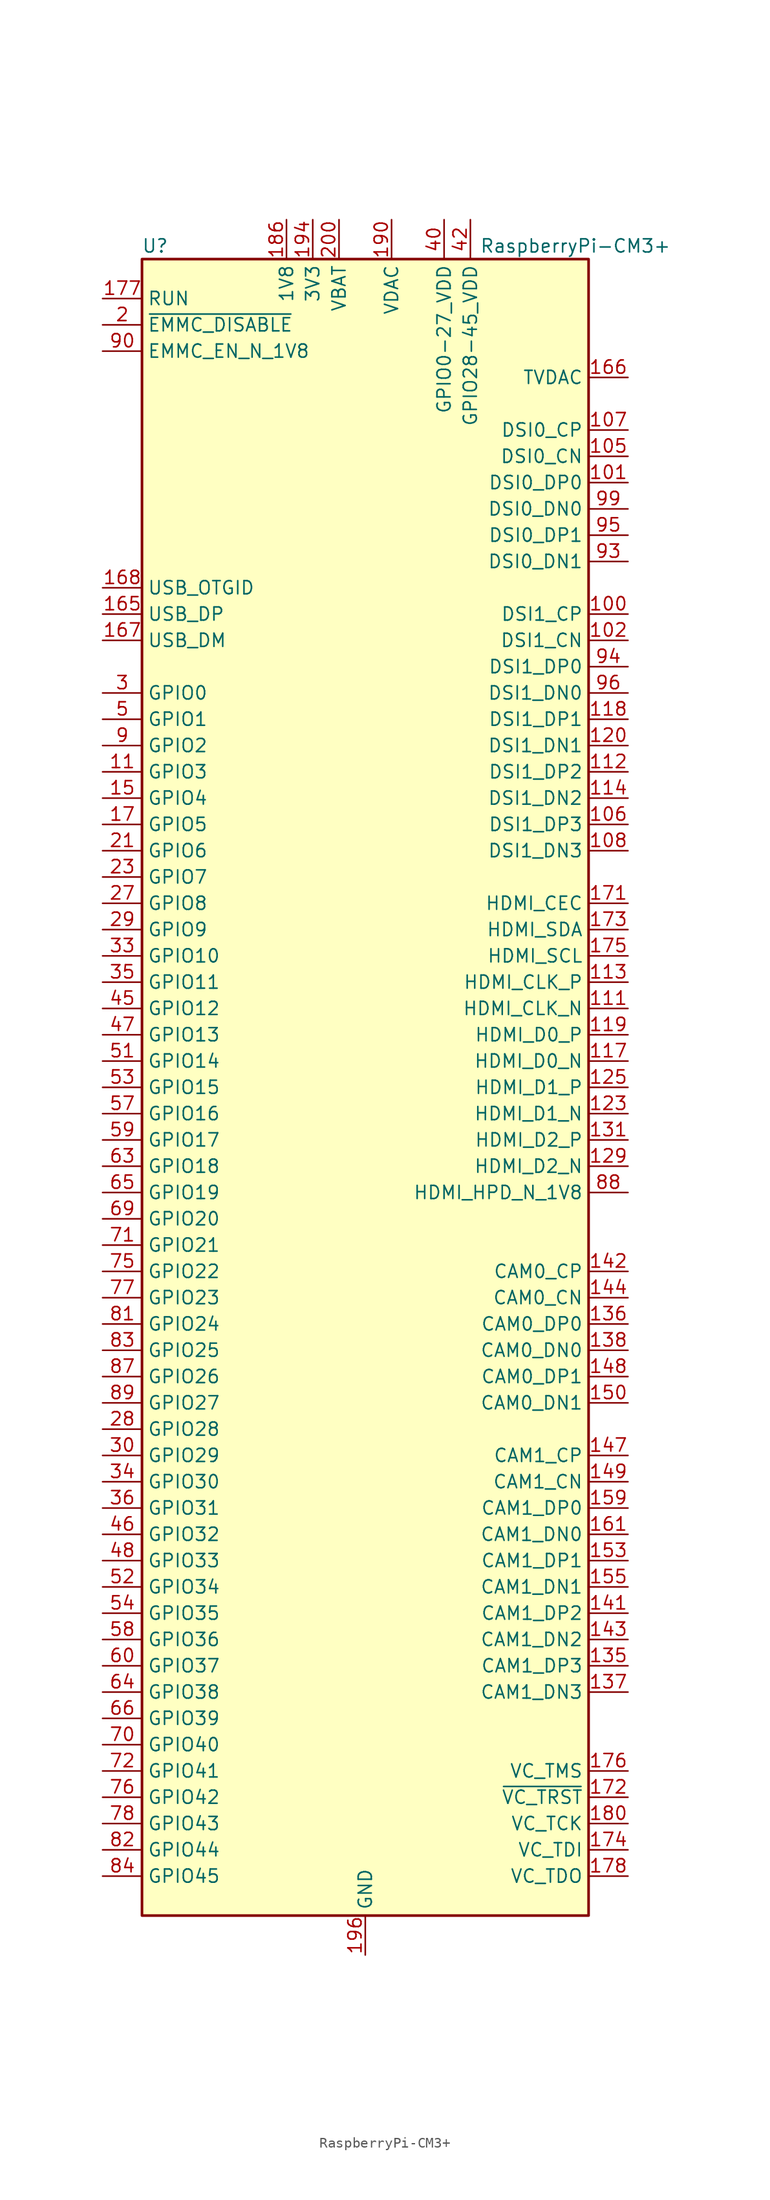
<source format=kicad_sym>
(kicad_symbol_lib
  (version 20211014)
  (generator kicad_symbol_editor)
  (symbol "RaspberryPi-CM3+"
    (property "Reference" "U"
      (at -20.32 81.28 0)
      (effects (font (size 1.27 1.27))))
    (property "Value" "RaspberryPi-CM3+"
      (at 20.32 81.28 0)
      (effects (font (size 1.27 1.27))))
    (symbol "RaspberryPi-CM3+_0_1"
      (rectangle (start -21.59 80.01) (end 21.59 -80.01) (stroke (width 0.254) (type default) (color 0 0 0 0)) (fill (type background))))
    (symbol "RaspberryPi-CM3+_1_1"
      (pin passive line (at 0 -83.82 90) (length 3.81) hide (name "GND" (effects (font (size 1.27 1.27)))) (number "1" (effects (font (size 1.27 1.27)))))
      (pin no_connect line (at -20.32 66.04 0) (length 2.54) hide (name "NC" (effects (font (size 1.27 1.27)))) (number "10" (effects (font (size 1.27 1.27)))))
      (pin output line (at 25.4 45.72 180) (length 3.81) (name "DSI1_CP" (effects (font (size 1.27 1.27)))) (number "100" (effects (font (size 1.27 1.27)))))
      (pin output line (at 25.4 58.42 180) (length 3.81) (name "DSI0_DP0" (effects (font (size 1.27 1.27)))) (number "101" (effects (font (size 1.27 1.27)))))
      (pin output line (at 25.4 43.18 180) (length 3.81) (name "DSI1_CN" (effects (font (size 1.27 1.27)))) (number "102" (effects (font (size 1.27 1.27)))))
      (pin passive line (at 0 -83.82 90) (length 3.81) hide (name "GND" (effects (font (size 1.27 1.27)))) (number "103" (effects (font (size 1.27 1.27)))))
      (pin passive line (at 0 -83.82 90) (length 3.81) hide (name "GND" (effects (font (size 1.27 1.27)))) (number "104" (effects (font (size 1.27 1.27)))))
      (pin output line (at 25.4 60.96 180) (length 3.81) (name "DSI0_CN" (effects (font (size 1.27 1.27)))) (number "105" (effects (font (size 1.27 1.27)))))
      (pin output line (at 25.4 25.4 180) (length 3.81) (name "DSI1_DP3" (effects (font (size 1.27 1.27)))) (number "106" (effects (font (size 1.27 1.27)))))
      (pin output line (at 25.4 63.5 180) (length 3.81) (name "DSI0_CP" (effects (font (size 1.27 1.27)))) (number "107" (effects (font (size 1.27 1.27)))))
      (pin output line (at 25.4 22.86 180) (length 3.81) (name "DSI1_DN3" (effects (font (size 1.27 1.27)))) (number "108" (effects (font (size 1.27 1.27)))))
      (pin passive line (at 0 -83.82 90) (length 3.81) hide (name "GND" (effects (font (size 1.27 1.27)))) (number "109" (effects (font (size 1.27 1.27)))))
      (pin bidirectional line (at -25.4 30.48 0) (length 3.81) (name "GPIO3" (effects (font (size 1.27 1.27)))) (number "11" (effects (font (size 1.27 1.27)))))
      (pin passive line (at 0 -83.82 90) (length 3.81) hide (name "GND" (effects (font (size 1.27 1.27)))) (number "110" (effects (font (size 1.27 1.27)))))
      (pin output line (at 25.4 7.62 180) (length 3.81) (name "HDMI_CLK_N" (effects (font (size 1.27 1.27)))) (number "111" (effects (font (size 1.27 1.27)))))
      (pin output line (at 25.4 30.48 180) (length 3.81) (name "DSI1_DP2" (effects (font (size 1.27 1.27)))) (number "112" (effects (font (size 1.27 1.27)))))
      (pin output line (at 25.4 10.16 180) (length 3.81) (name "HDMI_CLK_P" (effects (font (size 1.27 1.27)))) (number "113" (effects (font (size 1.27 1.27)))))
      (pin output line (at 25.4 27.94 180) (length 3.81) (name "DSI1_DN2" (effects (font (size 1.27 1.27)))) (number "114" (effects (font (size 1.27 1.27)))))
      (pin passive line (at 0 -83.82 90) (length 3.81) hide (name "GND" (effects (font (size 1.27 1.27)))) (number "115" (effects (font (size 1.27 1.27)))))
      (pin passive line (at 0 -83.82 90) (length 3.81) hide (name "GND" (effects (font (size 1.27 1.27)))) (number "116" (effects (font (size 1.27 1.27)))))
      (pin output line (at 25.4 2.54 180) (length 3.81) (name "HDMI_D0_N" (effects (font (size 1.27 1.27)))) (number "117" (effects (font (size 1.27 1.27)))))
      (pin output line (at 25.4 35.56 180) (length 3.81) (name "DSI1_DP1" (effects (font (size 1.27 1.27)))) (number "118" (effects (font (size 1.27 1.27)))))
      (pin output line (at 25.4 5.08 180) (length 3.81) (name "HDMI_D0_P" (effects (font (size 1.27 1.27)))) (number "119" (effects (font (size 1.27 1.27)))))
      (pin no_connect line (at -20.32 63.5 0) (length 2.54) hide (name "NC" (effects (font (size 1.27 1.27)))) (number "12" (effects (font (size 1.27 1.27)))))
      (pin output line (at 25.4 33.02 180) (length 3.81) (name "DSI1_DN1" (effects (font (size 1.27 1.27)))) (number "120" (effects (font (size 1.27 1.27)))))
      (pin passive line (at 0 -83.82 90) (length 3.81) hide (name "GND" (effects (font (size 1.27 1.27)))) (number "121" (effects (font (size 1.27 1.27)))))
      (pin passive line (at 0 -83.82 90) (length 3.81) hide (name "GND" (effects (font (size 1.27 1.27)))) (number "122" (effects (font (size 1.27 1.27)))))
      (pin output line (at 25.4 -2.54 180) (length 3.81) (name "HDMI_D1_N" (effects (font (size 1.27 1.27)))) (number "123" (effects (font (size 1.27 1.27)))))
      (pin no_connect line (at 20.32 76.2 180) (length 2.54) hide (name "NC" (effects (font (size 1.27 1.27)))) (number "124" (effects (font (size 1.27 1.27)))))
      (pin output line (at 25.4 0 180) (length 3.81) (name "HDMI_D1_P" (effects (font (size 1.27 1.27)))) (number "125" (effects (font (size 1.27 1.27)))))
      (pin no_connect line (at 20.32 73.66 180) (length 2.54) hide (name "NC" (effects (font (size 1.27 1.27)))) (number "126" (effects (font (size 1.27 1.27)))))
      (pin passive line (at 0 -83.82 90) (length 3.81) hide (name "GND" (effects (font (size 1.27 1.27)))) (number "127" (effects (font (size 1.27 1.27)))))
      (pin no_connect line (at 20.32 71.12 180) (length 2.54) hide (name "NC" (effects (font (size 1.27 1.27)))) (number "128" (effects (font (size 1.27 1.27)))))
      (pin output line (at 25.4 -7.62 180) (length 3.81) (name "HDMI_D2_N" (effects (font (size 1.27 1.27)))) (number "129" (effects (font (size 1.27 1.27)))))
      (pin passive line (at 0 -83.82 90) (length 3.81) hide (name "GND" (effects (font (size 1.27 1.27)))) (number "13" (effects (font (size 1.27 1.27)))))
      (pin no_connect line (at 20.32 66.04 180) (length 2.54) hide (name "NC" (effects (font (size 1.27 1.27)))) (number "130" (effects (font (size 1.27 1.27)))))
      (pin output line (at 25.4 -5.08 180) (length 3.81) (name "HDMI_D2_P" (effects (font (size 1.27 1.27)))) (number "131" (effects (font (size 1.27 1.27)))))
      (pin no_connect line (at 20.32 48.26 180) (length 2.54) hide (name "NC" (effects (font (size 1.27 1.27)))) (number "132" (effects (font (size 1.27 1.27)))))
      (pin passive line (at 0 -83.82 90) (length 3.81) hide (name "GND" (effects (font (size 1.27 1.27)))) (number "133" (effects (font (size 1.27 1.27)))))
      (pin passive line (at 0 -83.82 90) (length 3.81) hide (name "GND" (effects (font (size 1.27 1.27)))) (number "134" (effects (font (size 1.27 1.27)))))
      (pin input line (at 25.4 -55.88 180) (length 3.81) (name "CAM1_DP3" (effects (font (size 1.27 1.27)))) (number "135" (effects (font (size 1.27 1.27)))))
      (pin input line (at 25.4 -22.86 180) (length 3.81) (name "CAM0_DP0" (effects (font (size 1.27 1.27)))) (number "136" (effects (font (size 1.27 1.27)))))
      (pin input line (at 25.4 -58.42 180) (length 3.81) (name "CAM1_DN3" (effects (font (size 1.27 1.27)))) (number "137" (effects (font (size 1.27 1.27)))))
      (pin input line (at 25.4 -25.4 180) (length 3.81) (name "CAM0_DN0" (effects (font (size 1.27 1.27)))) (number "138" (effects (font (size 1.27 1.27)))))
      (pin passive line (at 0 -83.82 90) (length 3.81) hide (name "GND" (effects (font (size 1.27 1.27)))) (number "139" (effects (font (size 1.27 1.27)))))
      (pin passive line (at 0 -83.82 90) (length 3.81) hide (name "GND" (effects (font (size 1.27 1.27)))) (number "14" (effects (font (size 1.27 1.27)))))
      (pin passive line (at 0 -83.82 90) (length 3.81) hide (name "GND" (effects (font (size 1.27 1.27)))) (number "140" (effects (font (size 1.27 1.27)))))
      (pin input line (at 25.4 -50.8 180) (length 3.81) (name "CAM1_DP2" (effects (font (size 1.27 1.27)))) (number "141" (effects (font (size 1.27 1.27)))))
      (pin input line (at 25.4 -17.78 180) (length 3.81) (name "CAM0_CP" (effects (font (size 1.27 1.27)))) (number "142" (effects (font (size 1.27 1.27)))))
      (pin input line (at 25.4 -53.34 180) (length 3.81) (name "CAM1_DN2" (effects (font (size 1.27 1.27)))) (number "143" (effects (font (size 1.27 1.27)))))
      (pin input line (at 25.4 -20.32 180) (length 3.81) (name "CAM0_CN" (effects (font (size 1.27 1.27)))) (number "144" (effects (font (size 1.27 1.27)))))
      (pin passive line (at 0 -83.82 90) (length 3.81) hide (name "GND" (effects (font (size 1.27 1.27)))) (number "145" (effects (font (size 1.27 1.27)))))
      (pin passive line (at 0 -83.82 90) (length 3.81) hide (name "GND" (effects (font (size 1.27 1.27)))) (number "146" (effects (font (size 1.27 1.27)))))
      (pin input line (at 25.4 -35.56 180) (length 3.81) (name "CAM1_CP" (effects (font (size 1.27 1.27)))) (number "147" (effects (font (size 1.27 1.27)))))
      (pin input line (at 25.4 -27.94 180) (length 3.81) (name "CAM0_DP1" (effects (font (size 1.27 1.27)))) (number "148" (effects (font (size 1.27 1.27)))))
      (pin input line (at 25.4 -38.1 180) (length 3.81) (name "CAM1_CN" (effects (font (size 1.27 1.27)))) (number "149" (effects (font (size 1.27 1.27)))))
      (pin bidirectional line (at -25.4 27.94 0) (length 3.81) (name "GPIO4" (effects (font (size 1.27 1.27)))) (number "15" (effects (font (size 1.27 1.27)))))
      (pin input line (at 25.4 -30.48 180) (length 3.81) (name "CAM0_DN1" (effects (font (size 1.27 1.27)))) (number "150" (effects (font (size 1.27 1.27)))))
      (pin passive line (at 0 -83.82 90) (length 3.81) hide (name "GND" (effects (font (size 1.27 1.27)))) (number "151" (effects (font (size 1.27 1.27)))))
      (pin passive line (at 0 -83.82 90) (length 3.81) hide (name "GND" (effects (font (size 1.27 1.27)))) (number "152" (effects (font (size 1.27 1.27)))))
      (pin input line (at 25.4 -45.72 180) (length 3.81) (name "CAM1_DP1" (effects (font (size 1.27 1.27)))) (number "153" (effects (font (size 1.27 1.27)))))
      (pin no_connect line (at 20.32 -15.24 180) (length 2.54) hide (name "NC" (effects (font (size 1.27 1.27)))) (number "154" (effects (font (size 1.27 1.27)))))
      (pin input line (at 25.4 -48.26 180) (length 3.81) (name "CAM1_DN1" (effects (font (size 1.27 1.27)))) (number "155" (effects (font (size 1.27 1.27)))))
      (pin no_connect line (at 20.32 -12.7 180) (length 2.54) hide (name "NC" (effects (font (size 1.27 1.27)))) (number "156" (effects (font (size 1.27 1.27)))))
      (pin passive line (at 0 -83.82 90) (length 3.81) hide (name "GND" (effects (font (size 1.27 1.27)))) (number "157" (effects (font (size 1.27 1.27)))))
      (pin no_connect line (at 20.32 20.32 180) (length 2.54) hide (name "NC" (effects (font (size 1.27 1.27)))) (number "158" (effects (font (size 1.27 1.27)))))
      (pin input line (at 25.4 -40.64 180) (length 3.81) (name "CAM1_DP0" (effects (font (size 1.27 1.27)))) (number "159" (effects (font (size 1.27 1.27)))))
      (pin no_connect line (at -20.32 60.96 0) (length 2.54) hide (name "NC" (effects (font (size 1.27 1.27)))) (number "16" (effects (font (size 1.27 1.27)))))
      (pin no_connect line (at 20.32 -60.96 180) (length 2.54) hide (name "NC" (effects (font (size 1.27 1.27)))) (number "160" (effects (font (size 1.27 1.27)))))
      (pin input line (at 25.4 -43.18 180) (length 3.81) (name "CAM1_DN0" (effects (font (size 1.27 1.27)))) (number "161" (effects (font (size 1.27 1.27)))))
      (pin no_connect line (at 20.32 -63.5 180) (length 2.54) hide (name "NC" (effects (font (size 1.27 1.27)))) (number "162" (effects (font (size 1.27 1.27)))))
      (pin passive line (at 0 -83.82 90) (length 3.81) hide (name "GND" (effects (font (size 1.27 1.27)))) (number "163" (effects (font (size 1.27 1.27)))))
      (pin passive line (at 0 -83.82 90) (length 3.81) hide (name "GND" (effects (font (size 1.27 1.27)))) (number "164" (effects (font (size 1.27 1.27)))))
      (pin bidirectional line (at -25.4 45.72 0) (length 3.81) (name "USB_DP" (effects (font (size 1.27 1.27)))) (number "165" (effects (font (size 1.27 1.27)))))
      (pin output line (at 25.4 68.58 180) (length 3.81) (name "TVDAC" (effects (font (size 1.27 1.27)))) (number "166" (effects (font (size 1.27 1.27)))))
      (pin bidirectional line (at -25.4 43.18 0) (length 3.81) (name "USB_DM" (effects (font (size 1.27 1.27)))) (number "167" (effects (font (size 1.27 1.27)))))
      (pin passive line (at -25.4 48.26 0) (length 3.81) (name "USB_OTGID" (effects (font (size 1.27 1.27)))) (number "168" (effects (font (size 1.27 1.27)))))
      (pin passive line (at 0 -83.82 90) (length 3.81) hide (name "GND" (effects (font (size 1.27 1.27)))) (number "169" (effects (font (size 1.27 1.27)))))
      (pin bidirectional line (at -25.4 25.4 0) (length 3.81) (name "GPIO5" (effects (font (size 1.27 1.27)))) (number "17" (effects (font (size 1.27 1.27)))))
      (pin passive line (at 0 -83.82 90) (length 3.81) hide (name "GND" (effects (font (size 1.27 1.27)))) (number "170" (effects (font (size 1.27 1.27)))))
      (pin bidirectional line (at 25.4 17.78 180) (length 3.81) (name "HDMI_CEC" (effects (font (size 1.27 1.27)))) (number "171" (effects (font (size 1.27 1.27)))))
      (pin input line (at 25.4 -68.58 180) (length 3.81) (name "~{VC_TRST}" (effects (font (size 1.27 1.27)))) (number "172" (effects (font (size 1.27 1.27)))))
      (pin bidirectional line (at 25.4 15.24 180) (length 3.81) (name "HDMI_SDA" (effects (font (size 1.27 1.27)))) (number "173" (effects (font (size 1.27 1.27)))))
      (pin input line (at 25.4 -73.66 180) (length 3.81) (name "VC_TDI" (effects (font (size 1.27 1.27)))) (number "174" (effects (font (size 1.27 1.27)))))
      (pin bidirectional line (at 25.4 12.7 180) (length 3.81) (name "HDMI_SCL" (effects (font (size 1.27 1.27)))) (number "175" (effects (font (size 1.27 1.27)))))
      (pin input line (at 25.4 -66.04 180) (length 3.81) (name "VC_TMS" (effects (font (size 1.27 1.27)))) (number "176" (effects (font (size 1.27 1.27)))))
      (pin input line (at -25.4 76.2 0) (length 3.81) (name "RUN" (effects (font (size 1.27 1.27)))) (number "177" (effects (font (size 1.27 1.27)))))
      (pin output line (at 25.4 -76.2 180) (length 3.81) (name "VC_TDO" (effects (font (size 1.27 1.27)))) (number "178" (effects (font (size 1.27 1.27)))))
      (pin no_connect line (at 0 78.74 270) (length 2.54) hide (name "VDD_CORE_(DO_NOT_CONNECT)" (effects (font (size 1.27 1.27)))) (number "179" (effects (font (size 1.27 1.27)))))
      (pin no_connect line (at -20.32 58.42 0) (length 2.54) hide (name "NC" (effects (font (size 1.27 1.27)))) (number "18" (effects (font (size 1.27 1.27)))))
      (pin input line (at 25.4 -71.12 180) (length 3.81) (name "VC_TCK" (effects (font (size 1.27 1.27)))) (number "180" (effects (font (size 1.27 1.27)))))
      (pin passive line (at 0 -83.82 90) (length 3.81) hide (name "GND" (effects (font (size 1.27 1.27)))) (number "181" (effects (font (size 1.27 1.27)))))
      (pin passive line (at 0 -83.82 90) (length 3.81) hide (name "GND" (effects (font (size 1.27 1.27)))) (number "182" (effects (font (size 1.27 1.27)))))
      (pin passive line (at -7.62 83.82 270) (length 3.81) hide (name "1V8" (effects (font (size 1.27 1.27)))) (number "183" (effects (font (size 1.27 1.27)))))
      (pin passive line (at -7.62 83.82 270) (length 3.81) hide (name "1V8" (effects (font (size 1.27 1.27)))) (number "184" (effects (font (size 1.27 1.27)))))
      (pin passive line (at -7.62 83.82 270) (length 3.81) hide (name "1V8" (effects (font (size 1.27 1.27)))) (number "185" (effects (font (size 1.27 1.27)))))
      (pin power_in line (at -7.62 83.82 270) (length 3.81) (name "1V8" (effects (font (size 1.27 1.27)))) (number "186" (effects (font (size 1.27 1.27)))))
      (pin passive line (at 0 -83.82 90) (length 3.81) hide (name "GND" (effects (font (size 1.27 1.27)))) (number "187" (effects (font (size 1.27 1.27)))))
      (pin passive line (at 0 -83.82 90) (length 3.81) hide (name "GND" (effects (font (size 1.27 1.27)))) (number "188" (effects (font (size 1.27 1.27)))))
      (pin passive line (at 2.54 83.82 270) (length 3.81) hide (name "VDAC" (effects (font (size 1.27 1.27)))) (number "189" (effects (font (size 1.27 1.27)))))
      (pin passive line (at 0 -83.82 90) (length 3.81) hide (name "GND" (effects (font (size 1.27 1.27)))) (number "19" (effects (font (size 1.27 1.27)))))
      (pin power_in line (at 2.54 83.82 270) (length 3.81) (name "VDAC" (effects (font (size 1.27 1.27)))) (number "190" (effects (font (size 1.27 1.27)))))
      (pin passive line (at -5.08 83.82 270) (length 3.81) hide (name "3V3" (effects (font (size 1.27 1.27)))) (number "191" (effects (font (size 1.27 1.27)))))
      (pin passive line (at -5.08 83.82 270) (length 3.81) hide (name "3V3" (effects (font (size 1.27 1.27)))) (number "192" (effects (font (size 1.27 1.27)))))
      (pin passive line (at -5.08 83.82 270) (length 3.81) hide (name "3V3" (effects (font (size 1.27 1.27)))) (number "193" (effects (font (size 1.27 1.27)))))
      (pin power_in line (at -5.08 83.82 270) (length 3.81) (name "3V3" (effects (font (size 1.27 1.27)))) (number "194" (effects (font (size 1.27 1.27)))))
      (pin passive line (at 0 -83.82 90) (length 3.81) hide (name "GND" (effects (font (size 1.27 1.27)))) (number "195" (effects (font (size 1.27 1.27)))))
      (pin power_out line (at 0 -83.82 90) (length 3.81) (name "GND" (effects (font (size 1.27 1.27)))) (number "196" (effects (font (size 1.27 1.27)))))
      (pin passive line (at -2.54 83.82 270) (length 3.81) hide (name "VBAT" (effects (font (size 1.27 1.27)))) (number "197" (effects (font (size 1.27 1.27)))))
      (pin passive line (at -2.54 83.82 270) (length 3.81) hide (name "VBAT" (effects (font (size 1.27 1.27)))) (number "198" (effects (font (size 1.27 1.27)))))
      (pin passive line (at -2.54 83.82 270) (length 3.81) hide (name "VBAT" (effects (font (size 1.27 1.27)))) (number "199" (effects (font (size 1.27 1.27)))))
      (pin input line (at -25.4 73.66 0) (length 3.81) (name "~{EMMC_DISABLE}" (effects (font (size 1.27 1.27)))) (number "2" (effects (font (size 1.27 1.27)))))
      (pin passive line (at 0 -83.82 90) (length 3.81) hide (name "GND" (effects (font (size 1.27 1.27)))) (number "20" (effects (font (size 1.27 1.27)))))
      (pin power_in line (at -2.54 83.82 270) (length 3.81) (name "VBAT" (effects (font (size 1.27 1.27)))) (number "200" (effects (font (size 1.27 1.27)))))
      (pin bidirectional line (at -25.4 22.86 0) (length 3.81) (name "GPIO6" (effects (font (size 1.27 1.27)))) (number "21" (effects (font (size 1.27 1.27)))))
      (pin no_connect line (at -20.32 55.88 0) (length 2.54) hide (name "NC" (effects (font (size 1.27 1.27)))) (number "22" (effects (font (size 1.27 1.27)))))
      (pin bidirectional line (at -25.4 20.32 0) (length 3.81) (name "GPIO7" (effects (font (size 1.27 1.27)))) (number "23" (effects (font (size 1.27 1.27)))))
      (pin no_connect line (at -20.32 53.34 0) (length 2.54) hide (name "NC" (effects (font (size 1.27 1.27)))) (number "24" (effects (font (size 1.27 1.27)))))
      (pin passive line (at 0 -83.82 90) (length 3.81) hide (name "GND" (effects (font (size 1.27 1.27)))) (number "25" (effects (font (size 1.27 1.27)))))
      (pin passive line (at 0 -83.82 90) (length 3.81) hide (name "GND" (effects (font (size 1.27 1.27)))) (number "26" (effects (font (size 1.27 1.27)))))
      (pin bidirectional line (at -25.4 17.78 0) (length 3.81) (name "GPIO8" (effects (font (size 1.27 1.27)))) (number "27" (effects (font (size 1.27 1.27)))))
      (pin bidirectional line (at -25.4 -33.02 0) (length 3.81) (name "GPIO28" (effects (font (size 1.27 1.27)))) (number "28" (effects (font (size 1.27 1.27)))))
      (pin bidirectional line (at -25.4 15.24 0) (length 3.81) (name "GPIO9" (effects (font (size 1.27 1.27)))) (number "29" (effects (font (size 1.27 1.27)))))
      (pin bidirectional line (at -25.4 38.1 0) (length 3.81) (name "GPIO0" (effects (font (size 1.27 1.27)))) (number "3" (effects (font (size 1.27 1.27)))))
      (pin bidirectional line (at -25.4 -35.56 0) (length 3.81) (name "GPIO29" (effects (font (size 1.27 1.27)))) (number "30" (effects (font (size 1.27 1.27)))))
      (pin passive line (at 0 -83.82 90) (length 3.81) hide (name "GND" (effects (font (size 1.27 1.27)))) (number "31" (effects (font (size 1.27 1.27)))))
      (pin passive line (at 0 -83.82 90) (length 3.81) hide (name "GND" (effects (font (size 1.27 1.27)))) (number "32" (effects (font (size 1.27 1.27)))))
      (pin bidirectional line (at -25.4 12.7 0) (length 3.81) (name "GPIO10" (effects (font (size 1.27 1.27)))) (number "33" (effects (font (size 1.27 1.27)))))
      (pin bidirectional line (at -25.4 -38.1 0) (length 3.81) (name "GPIO30" (effects (font (size 1.27 1.27)))) (number "34" (effects (font (size 1.27 1.27)))))
      (pin bidirectional line (at -25.4 10.16 0) (length 3.81) (name "GPIO11" (effects (font (size 1.27 1.27)))) (number "35" (effects (font (size 1.27 1.27)))))
      (pin bidirectional line (at -25.4 -40.64 0) (length 3.81) (name "GPIO31" (effects (font (size 1.27 1.27)))) (number "36" (effects (font (size 1.27 1.27)))))
      (pin passive line (at 0 -83.82 90) (length 3.81) hide (name "GND" (effects (font (size 1.27 1.27)))) (number "37" (effects (font (size 1.27 1.27)))))
      (pin passive line (at 0 -83.82 90) (length 3.81) hide (name "GND" (effects (font (size 1.27 1.27)))) (number "38" (effects (font (size 1.27 1.27)))))
      (pin passive line (at 7.62 83.82 270) (length 3.81) hide (name "GPIO0-27_VDD" (effects (font (size 1.27 1.27)))) (number "39" (effects (font (size 1.27 1.27)))))
      (pin no_connect line (at 5.08 78.74 270) (length 2.54) hide (name "NC" (effects (font (size 1.27 1.27)))) (number "4" (effects (font (size 1.27 1.27)))))
      (pin power_in line (at 7.62 83.82 270) (length 3.81) (name "GPIO0-27_VDD" (effects (font (size 1.27 1.27)))) (number "40" (effects (font (size 1.27 1.27)))))
      (pin passive line (at 10.16 83.82 270) (length 3.81) hide (name "GPIO28-45_VDD" (effects (font (size 1.27 1.27)))) (number "41" (effects (font (size 1.27 1.27)))))
      (pin power_in line (at 10.16 83.82 270) (length 3.81) (name "GPIO28-45_VDD" (effects (font (size 1.27 1.27)))) (number "42" (effects (font (size 1.27 1.27)))))
      (pin passive line (at 0 -83.82 90) (length 3.81) hide (name "GND" (effects (font (size 1.27 1.27)))) (number "43" (effects (font (size 1.27 1.27)))))
      (pin passive line (at 0 -83.82 90) (length 3.81) hide (name "GND" (effects (font (size 1.27 1.27)))) (number "44" (effects (font (size 1.27 1.27)))))
      (pin bidirectional line (at -25.4 7.62 0) (length 3.81) (name "GPIO12" (effects (font (size 1.27 1.27)))) (number "45" (effects (font (size 1.27 1.27)))))
      (pin bidirectional line (at -25.4 -43.18 0) (length 3.81) (name "GPIO32" (effects (font (size 1.27 1.27)))) (number "46" (effects (font (size 1.27 1.27)))))
      (pin bidirectional line (at -25.4 5.08 0) (length 3.81) (name "GPIO13" (effects (font (size 1.27 1.27)))) (number "47" (effects (font (size 1.27 1.27)))))
      (pin bidirectional line (at -25.4 -45.72 0) (length 3.81) (name "GPIO33" (effects (font (size 1.27 1.27)))) (number "48" (effects (font (size 1.27 1.27)))))
      (pin passive line (at 0 -83.82 90) (length 3.81) hide (name "GND" (effects (font (size 1.27 1.27)))) (number "49" (effects (font (size 1.27 1.27)))))
      (pin bidirectional line (at -25.4 35.56 0) (length 3.81) (name "GPIO1" (effects (font (size 1.27 1.27)))) (number "5" (effects (font (size 1.27 1.27)))))
      (pin passive line (at 0 -83.82 90) (length 3.81) hide (name "GND" (effects (font (size 1.27 1.27)))) (number "50" (effects (font (size 1.27 1.27)))))
      (pin bidirectional line (at -25.4 2.54 0) (length 3.81) (name "GPIO14" (effects (font (size 1.27 1.27)))) (number "51" (effects (font (size 1.27 1.27)))))
      (pin bidirectional line (at -25.4 -48.26 0) (length 3.81) (name "GPIO34" (effects (font (size 1.27 1.27)))) (number "52" (effects (font (size 1.27 1.27)))))
      (pin bidirectional line (at -25.4 0 0) (length 3.81) (name "GPIO15" (effects (font (size 1.27 1.27)))) (number "53" (effects (font (size 1.27 1.27)))))
      (pin bidirectional line (at -25.4 -50.8 0) (length 3.81) (name "GPIO35" (effects (font (size 1.27 1.27)))) (number "54" (effects (font (size 1.27 1.27)))))
      (pin passive line (at 0 -83.82 90) (length 3.81) hide (name "GND" (effects (font (size 1.27 1.27)))) (number "55" (effects (font (size 1.27 1.27)))))
      (pin passive line (at 0 -83.82 90) (length 3.81) hide (name "GND" (effects (font (size 1.27 1.27)))) (number "56" (effects (font (size 1.27 1.27)))))
      (pin bidirectional line (at -25.4 -2.54 0) (length 3.81) (name "GPIO16" (effects (font (size 1.27 1.27)))) (number "57" (effects (font (size 1.27 1.27)))))
      (pin bidirectional line (at -25.4 -53.34 0) (length 3.81) (name "GPIO36" (effects (font (size 1.27 1.27)))) (number "58" (effects (font (size 1.27 1.27)))))
      (pin bidirectional line (at -25.4 -5.08 0) (length 3.81) (name "GPIO17" (effects (font (size 1.27 1.27)))) (number "59" (effects (font (size 1.27 1.27)))))
      (pin no_connect line (at 12.7 78.74 270) (length 2.54) hide (name "NC" (effects (font (size 1.27 1.27)))) (number "6" (effects (font (size 1.27 1.27)))))
      (pin bidirectional line (at -25.4 -55.88 0) (length 3.81) (name "GPIO37" (effects (font (size 1.27 1.27)))) (number "60" (effects (font (size 1.27 1.27)))))
      (pin passive line (at 0 -83.82 90) (length 3.81) hide (name "GND" (effects (font (size 1.27 1.27)))) (number "61" (effects (font (size 1.27 1.27)))))
      (pin passive line (at 0 -83.82 90) (length 3.81) hide (name "GND" (effects (font (size 1.27 1.27)))) (number "62" (effects (font (size 1.27 1.27)))))
      (pin bidirectional line (at -25.4 -7.62 0) (length 3.81) (name "GPIO18" (effects (font (size 1.27 1.27)))) (number "63" (effects (font (size 1.27 1.27)))))
      (pin bidirectional line (at -25.4 -58.42 0) (length 3.81) (name "GPIO38" (effects (font (size 1.27 1.27)))) (number "64" (effects (font (size 1.27 1.27)))))
      (pin bidirectional line (at -25.4 -10.16 0) (length 3.81) (name "GPIO19" (effects (font (size 1.27 1.27)))) (number "65" (effects (font (size 1.27 1.27)))))
      (pin bidirectional line (at -25.4 -60.96 0) (length 3.81) (name "GPIO39" (effects (font (size 1.27 1.27)))) (number "66" (effects (font (size 1.27 1.27)))))
      (pin passive line (at 0 -83.82 90) (length 3.81) hide (name "GND" (effects (font (size 1.27 1.27)))) (number "67" (effects (font (size 1.27 1.27)))))
      (pin passive line (at 0 -83.82 90) (length 3.81) hide (name "GND" (effects (font (size 1.27 1.27)))) (number "68" (effects (font (size 1.27 1.27)))))
      (pin bidirectional line (at -25.4 -12.7 0) (length 3.81) (name "GPIO20" (effects (font (size 1.27 1.27)))) (number "69" (effects (font (size 1.27 1.27)))))
      (pin passive line (at 0 -83.82 90) (length 3.81) hide (name "GND" (effects (font (size 1.27 1.27)))) (number "7" (effects (font (size 1.27 1.27)))))
      (pin bidirectional line (at -25.4 -63.5 0) (length 3.81) (name "GPIO40" (effects (font (size 1.27 1.27)))) (number "70" (effects (font (size 1.27 1.27)))))
      (pin bidirectional line (at -25.4 -15.24 0) (length 3.81) (name "GPIO21" (effects (font (size 1.27 1.27)))) (number "71" (effects (font (size 1.27 1.27)))))
      (pin bidirectional line (at -25.4 -66.04 0) (length 3.81) (name "GPIO41" (effects (font (size 1.27 1.27)))) (number "72" (effects (font (size 1.27 1.27)))))
      (pin passive line (at 0 -83.82 90) (length 3.81) hide (name "GND" (effects (font (size 1.27 1.27)))) (number "73" (effects (font (size 1.27 1.27)))))
      (pin passive line (at 0 -83.82 90) (length 3.81) hide (name "GND" (effects (font (size 1.27 1.27)))) (number "74" (effects (font (size 1.27 1.27)))))
      (pin bidirectional line (at -25.4 -17.78 0) (length 3.81) (name "GPIO22" (effects (font (size 1.27 1.27)))) (number "75" (effects (font (size 1.27 1.27)))))
      (pin bidirectional line (at -25.4 -68.58 0) (length 3.81) (name "GPIO42" (effects (font (size 1.27 1.27)))) (number "76" (effects (font (size 1.27 1.27)))))
      (pin bidirectional line (at -25.4 -20.32 0) (length 3.81) (name "GPIO23" (effects (font (size 1.27 1.27)))) (number "77" (effects (font (size 1.27 1.27)))))
      (pin bidirectional line (at -25.4 -71.12 0) (length 3.81) (name "GPIO43" (effects (font (size 1.27 1.27)))) (number "78" (effects (font (size 1.27 1.27)))))
      (pin passive line (at 0 -83.82 90) (length 3.81) hide (name "GND" (effects (font (size 1.27 1.27)))) (number "79" (effects (font (size 1.27 1.27)))))
      (pin passive line (at 0 -83.82 90) (length 3.81) hide (name "GND" (effects (font (size 1.27 1.27)))) (number "8" (effects (font (size 1.27 1.27)))))
      (pin passive line (at 0 -83.82 90) (length 3.81) hide (name "GND" (effects (font (size 1.27 1.27)))) (number "80" (effects (font (size 1.27 1.27)))))
      (pin bidirectional line (at -25.4 -22.86 0) (length 3.81) (name "GPIO24" (effects (font (size 1.27 1.27)))) (number "81" (effects (font (size 1.27 1.27)))))
      (pin bidirectional line (at -25.4 -73.66 0) (length 3.81) (name "GPIO44" (effects (font (size 1.27 1.27)))) (number "82" (effects (font (size 1.27 1.27)))))
      (pin bidirectional line (at -25.4 -25.4 0) (length 3.81) (name "GPIO25" (effects (font (size 1.27 1.27)))) (number "83" (effects (font (size 1.27 1.27)))))
      (pin bidirectional line (at -25.4 -76.2 0) (length 3.81) (name "GPIO45" (effects (font (size 1.27 1.27)))) (number "84" (effects (font (size 1.27 1.27)))))
      (pin passive line (at 0 -83.82 90) (length 3.81) hide (name "GND" (effects (font (size 1.27 1.27)))) (number "85" (effects (font (size 1.27 1.27)))))
      (pin passive line (at 0 -83.82 90) (length 3.81) hide (name "GND" (effects (font (size 1.27 1.27)))) (number "86" (effects (font (size 1.27 1.27)))))
      (pin bidirectional line (at -25.4 -27.94 0) (length 3.81) (name "GPIO26" (effects (font (size 1.27 1.27)))) (number "87" (effects (font (size 1.27 1.27)))))
      (pin input line (at 25.4 -10.16 180) (length 3.81) (name "HDMI_HPD_N_1V8" (effects (font (size 1.27 1.27)))) (number "88" (effects (font (size 1.27 1.27)))))
      (pin bidirectional line (at -25.4 -30.48 0) (length 3.81) (name "GPIO27" (effects (font (size 1.27 1.27)))) (number "89" (effects (font (size 1.27 1.27)))))
      (pin bidirectional line (at -25.4 33.02 0) (length 3.81) (name "GPIO2" (effects (font (size 1.27 1.27)))) (number "9" (effects (font (size 1.27 1.27)))))
      (pin output line (at -25.4 71.12 0) (length 3.81) (name "EMMC_EN_N_1V8" (effects (font (size 1.27 1.27)))) (number "90" (effects (font (size 1.27 1.27)))))
      (pin passive line (at 0 -83.82 90) (length 3.81) hide (name "GND" (effects (font (size 1.27 1.27)))) (number "91" (effects (font (size 1.27 1.27)))))
      (pin passive line (at 0 -83.82 90) (length 3.81) hide (name "GND" (effects (font (size 1.27 1.27)))) (number "92" (effects (font (size 1.27 1.27)))))
      (pin output line (at 25.4 50.8 180) (length 3.81) (name "DSI0_DN1" (effects (font (size 1.27 1.27)))) (number "93" (effects (font (size 1.27 1.27)))))
      (pin output line (at 25.4 40.64 180) (length 3.81) (name "DSI1_DP0" (effects (font (size 1.27 1.27)))) (number "94" (effects (font (size 1.27 1.27)))))
      (pin output line (at 25.4 53.34 180) (length 3.81) (name "DSI0_DP1" (effects (font (size 1.27 1.27)))) (number "95" (effects (font (size 1.27 1.27)))))
      (pin output line (at 25.4 38.1 180) (length 3.81) (name "DSI1_DN0" (effects (font (size 1.27 1.27)))) (number "96" (effects (font (size 1.27 1.27)))))
      (pin passive line (at 0 -83.82 90) (length 3.81) hide (name "GND" (effects (font (size 1.27 1.27)))) (number "97" (effects (font (size 1.27 1.27)))))
      (pin passive line (at 0 -83.82 90) (length 3.81) hide (name "GND" (effects (font (size 1.27 1.27)))) (number "98" (effects (font (size 1.27 1.27)))))
      (pin output line (at 25.4 55.88 180) (length 3.81) (name "DSI0_DN0" (effects (font (size 1.27 1.27)))) (number "99" (effects (font (size 1.27 1.27))))))))
</source>
